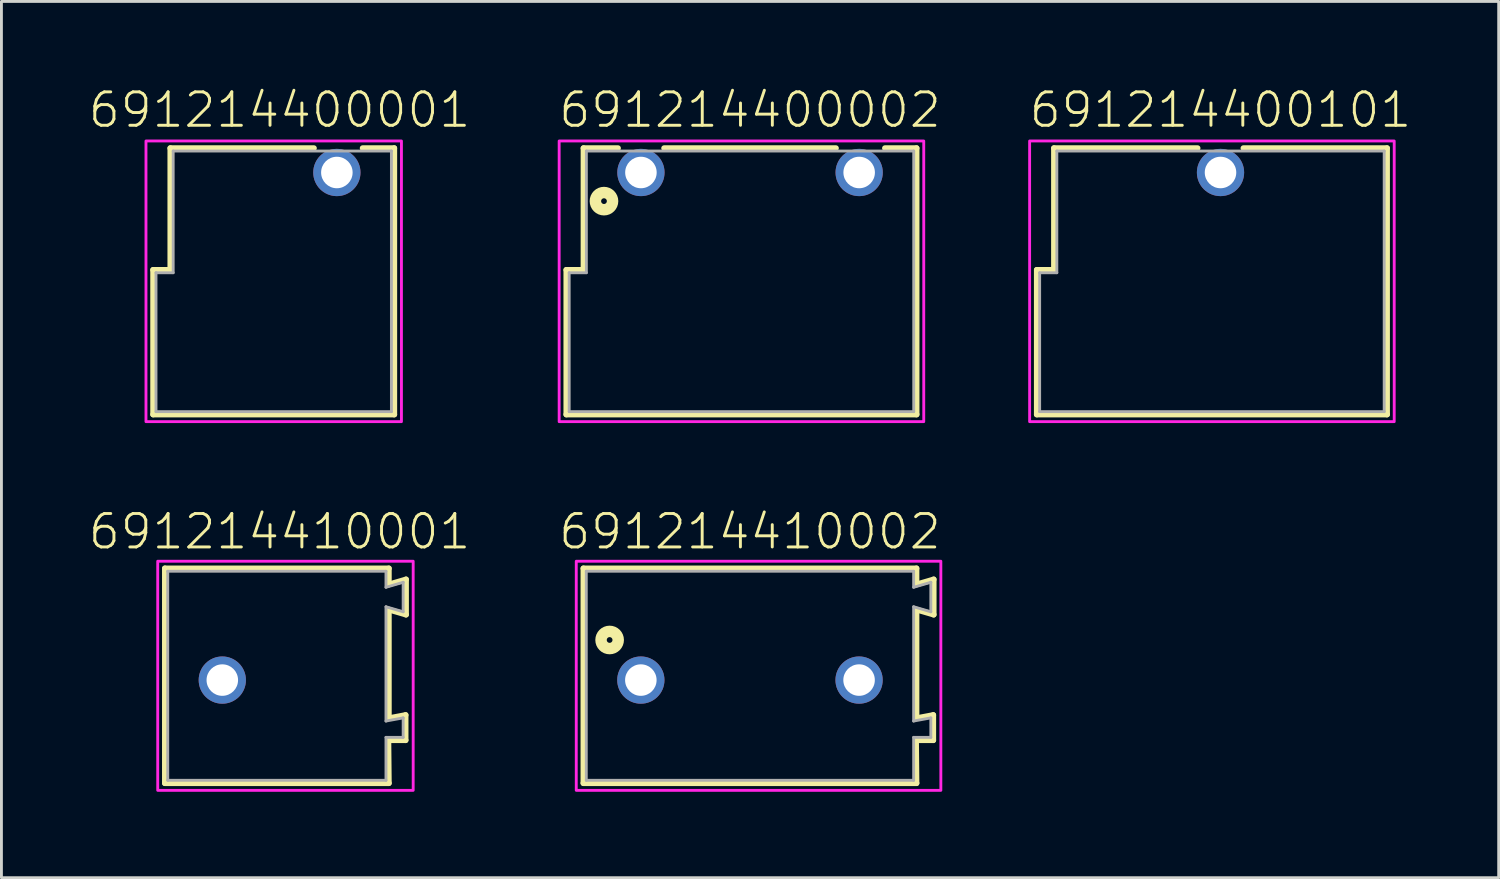
<source format=kicad_pcb>
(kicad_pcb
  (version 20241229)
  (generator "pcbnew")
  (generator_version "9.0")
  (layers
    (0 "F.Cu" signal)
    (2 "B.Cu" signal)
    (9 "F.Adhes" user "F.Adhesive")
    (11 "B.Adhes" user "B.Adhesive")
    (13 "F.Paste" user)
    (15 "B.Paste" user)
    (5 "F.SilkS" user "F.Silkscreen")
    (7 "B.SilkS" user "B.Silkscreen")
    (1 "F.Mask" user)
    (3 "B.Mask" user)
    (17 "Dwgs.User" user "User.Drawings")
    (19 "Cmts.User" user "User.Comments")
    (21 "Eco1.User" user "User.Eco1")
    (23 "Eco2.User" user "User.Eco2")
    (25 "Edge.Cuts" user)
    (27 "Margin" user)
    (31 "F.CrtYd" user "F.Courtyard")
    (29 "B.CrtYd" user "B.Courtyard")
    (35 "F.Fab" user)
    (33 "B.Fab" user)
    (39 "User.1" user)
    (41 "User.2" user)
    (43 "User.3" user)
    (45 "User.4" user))
  (footprint "691214410002"
    (layer "F.Cu")
    (at 23.136 20.696)
    (property "Reference" "691214410002" (at 0 -4.5 0) (unlocked yes) (layer "F.SilkS") (effects (font (size 1.168 1.168) (thickness 0.102)) (justify bottom)))
    (fp_line (start -5.815 -3.9) (end 5.815 -3.9) (stroke (width 0.2) (type solid)) (layer "F.SilkS"))
    (fp_line (start -5.815 3.6) (end -5.815 -3.9) (stroke (width 0.2) (type solid)) (layer "F.SilkS"))
    (fp_line (start 5.8 2.1) (end 5.815 3.6) (stroke (width 0.2) (type solid)) (layer "F.SilkS"))
    (fp_line (start 5.815 -3.9) (end 5.815 -3.34) (stroke (width 0.2) (type solid)) (layer "F.SilkS"))
    (fp_line (start 5.815 -3.34) (end 6.415 -3.515) (stroke (width 0.2) (type solid)) (layer "F.SilkS"))
    (fp_line (start 5.815 -2.46) (end 5.815 1.33) (stroke (width 0.2) (type solid)) (layer "F.SilkS"))
    (fp_line (start 5.815 1.33) (end 6.4 1.22) (stroke (width 0.2) (type solid)) (layer "F.SilkS"))
    (fp_line (start 5.815 3.6) (end -5.815 3.6) (stroke (width 0.2) (type solid)) (layer "F.SilkS"))
    (fp_line (start 6.4 1.22) (end 6.4 2.1) (stroke (width 0.2) (type solid)) (layer "F.SilkS"))
    (fp_line (start 6.4 2.1) (end 5.8 2.1) (stroke (width 0.2) (type solid)) (layer "F.SilkS"))
    (fp_line (start 6.415 -3.515) (end 6.415 -2.285) (stroke (width 0.2) (type solid)) (layer "F.SilkS"))
    (fp_line (start 6.415 -2.285) (end 5.815 -2.46) (stroke (width 0.2) (type solid)) (layer "F.SilkS"))
    (fp_circle (center -4.9 -1.4) (end -4.8 -1.4) (stroke (width 0.4) (type solid)) (fill no) (layer "F.SilkS"))
    (fp_poly (pts (xy 6.665 3.85) (xy -6.065 3.85) (xy -6.065 -4.15) (xy 6.665 -4.15)) (stroke (width 0.1) (type default)) (fill no) (layer "F.CrtYd"))
    (fp_line (start -5.715 -3.8) (end -5.715 3.5) (stroke (width 0.1) (type solid)) (layer "F.Fab"))
    (fp_line (start -5.715 3.5) (end 5.715 3.5) (stroke (width 0.1) (type solid)) (layer "F.Fab"))
    (fp_line (start 5.715 -3.8) (end -5.715 -3.8) (stroke (width 0.1) (type solid)) (layer "F.Fab"))
    (fp_line (start 5.715 -3.8) (end 5.715 -3.24) (stroke (width 0.1) (type solid)) (layer "F.Fab"))
    (fp_line (start 5.715 -3.24) (end 6.315 -3.415) (stroke (width 0.1) (type solid)) (layer "F.Fab"))
    (fp_line (start 5.715 -2.56) (end 5.715 1.43) (stroke (width 0.1) (type solid)) (layer "F.Fab"))
    (fp_line (start 5.715 -2.56) (end 6.315 -2.385) (stroke (width 0.1) (type solid)) (layer "F.Fab"))
    (fp_line (start 5.715 1.43) (end 6.315 1.32) (stroke (width 0.1) (type solid)) (layer "F.Fab"))
    (fp_line (start 5.715 2) (end 5.715 3.5) (stroke (width 0.1) (type solid)) (layer "F.Fab"))
    (fp_line (start 5.715 2) (end 6.315 2) (stroke (width 0.1) (type solid)) (layer "F.Fab"))
    (fp_line (start 6.315 -2.385) (end 6.315 -3.415) (stroke (width 0.1) (type solid)) (layer "F.Fab"))
    (fp_line (start 6.315 2) (end 6.315 1.32) (stroke (width 0.1) (type solid)) (layer "F.Fab"))
    (pad "1" thru_hole circle (at -3.81 0) (size 1.65 1.65) (drill 1.1) (layers "*.Cu" "*.Mask"))
    (pad "2" thru_hole circle (at 3.81 0) (size 1.65 1.65) (drill 1.1) (layers "*.Cu" "*.Mask")))
  (footprint "691214400002"
    (layer "F.Cu")
    (at 23.139 2.973)
    (property "Reference" "691214400002" (at 0 -1.5 0) (unlocked yes) (layer "F.SilkS") (effects (font (size 1.168 1.168) (thickness 0.102)) (justify bottom)))
    (fp_line (start -6.415 3.4) (end -5.815 3.4) (stroke (width 0.2) (type solid)) (layer "F.SilkS"))
    (fp_line (start -6.415 8.45) (end -6.415 3.4) (stroke (width 0.2) (type solid)) (layer "F.SilkS"))
    (fp_line (start -5.815 -0.85) (end -4.61 -0.85) (stroke (width 0.2) (type solid)) (layer "F.SilkS"))
    (fp_line (start -5.815 3.4) (end -5.815 -0.85) (stroke (width 0.2) (type solid)) (layer "F.SilkS"))
    (fp_line (start -3 -0.85) (end 3 -0.85) (stroke (width 0.2) (type solid)) (layer "F.SilkS"))
    (fp_line (start 4.71 -0.85) (end 5.815 -0.85) (stroke (width 0.2) (type solid)) (layer "F.SilkS"))
    (fp_line (start 5.815 -0.85) (end 5.815 8.45) (stroke (width 0.2) (type solid)) (layer "F.SilkS"))
    (fp_line (start 5.815 8.45) (end -6.415 8.45) (stroke (width 0.2) (type solid)) (layer "F.SilkS"))
    (fp_circle (center -5.1 1) (end -5 1) (stroke (width 0.4) (type solid)) (fill no) (layer "F.SilkS"))
    (fp_poly (pts (xy 6.065 8.7) (xy -6.665 8.7) (xy -6.665 -1.1) (xy 6.065 -1.1)) (stroke (width 0.1) (type default)) (fill no) (layer "F.CrtYd"))
    (fp_line (start -6.315 3.5) (end -6.315 8.35) (stroke (width 0.1) (type solid)) (layer "F.Fab"))
    (fp_line (start -6.315 3.5) (end -5.715 3.5) (stroke (width 0.1) (type solid)) (layer "F.Fab"))
    (fp_line (start -6.315 8.35) (end 5.715 8.35) (stroke (width 0.1) (type solid)) (layer "F.Fab"))
    (fp_line (start -5.715 -0.75) (end -5.715 3.5) (stroke (width 0.1) (type solid)) (layer "F.Fab"))
    (fp_line (start 5.715 -0.75) (end -5.715 -0.75) (stroke (width 0.1) (type solid)) (layer "F.Fab"))
    (fp_line (start 5.715 8.35) (end 5.715 -0.75) (stroke (width 0.1) (type solid)) (layer "F.Fab"))
    (pad "1" thru_hole circle (at -3.81 0) (size 1.65 1.65) (drill 1.1) (layers "*.Cu" "*.Mask"))
    (pad "2" thru_hole circle (at 3.81 0) (size 1.65 1.65) (drill 1.1) (layers "*.Cu" "*.Mask")))
  (footprint "691214400101"
    (layer "F.Cu")
    (at 39.566 2.973)
    (property "Reference" "691214400101" (at 0 -1.5 0) (unlocked yes) (layer "F.SilkS") (effects (font (size 1.168 1.168) (thickness 0.102)) (justify bottom)))
    (fp_line (start -6.415 3.4) (end -5.815 3.4) (stroke (width 0.2) (type solid)) (layer "F.SilkS"))
    (fp_line (start -6.415 8.45) (end -6.415 3.4) (stroke (width 0.2) (type solid)) (layer "F.SilkS"))
    (fp_line (start -5.815 -0.85) (end -0.8 -0.85) (stroke (width 0.2) (type solid)) (layer "F.SilkS"))
    (fp_line (start -5.815 3.4) (end -5.815 -0.85) (stroke (width 0.2) (type solid)) (layer "F.SilkS"))
    (fp_line (start 0.8 -0.85) (end 5.815 -0.85) (stroke (width 0.2) (type solid)) (layer "F.SilkS"))
    (fp_line (start 5.815 -0.85) (end 5.815 8.45) (stroke (width 0.2) (type solid)) (layer "F.SilkS"))
    (fp_line (start 5.815 8.45) (end -6.415 8.45) (stroke (width 0.2) (type solid)) (layer "F.SilkS"))
    (fp_poly (pts (xy 6.065 8.7) (xy -6.665 8.7) (xy -6.665 -1.1) (xy 6.065 -1.1)) (stroke (width 0.1) (type default)) (fill no) (layer "F.CrtYd"))
    (fp_line (start -6.315 3.5) (end -6.315 8.35) (stroke (width 0.1) (type solid)) (layer "F.Fab"))
    (fp_line (start -6.315 3.5) (end -5.715 3.5) (stroke (width 0.1) (type solid)) (layer "F.Fab"))
    (fp_line (start -6.315 8.35) (end 5.715 8.35) (stroke (width 0.1) (type solid)) (layer "F.Fab"))
    (fp_line (start -5.715 -0.75) (end -5.715 3.5) (stroke (width 0.1) (type solid)) (layer "F.Fab"))
    (fp_line (start 5.715 -0.75) (end -5.715 -0.75) (stroke (width 0.1) (type solid)) (layer "F.Fab"))
    (fp_line (start 5.715 8.35) (end 5.715 -0.75) (stroke (width 0.1) (type solid)) (layer "F.Fab"))
    (pad "1" thru_hole circle (at 0 0) (size 1.65 1.65) (drill 1.1) (layers "*.Cu" "*.Mask")))
  (footprint "691214410001"
    (layer "F.Cu")
    (at 4.712 20.696)
    (property "Reference" "691214410001" (at 2 -4.5 0) (unlocked yes) (layer "F.SilkS") (effects (font (size 1.168 1.168) (thickness 0.102)) (justify bottom)))
    (fp_line (start -2.005 -3.9) (end 5.815 -3.9) (stroke (width 0.2) (type solid)) (layer "F.SilkS"))
    (fp_line (start -2.005 3.6) (end -2.005 -3.9) (stroke (width 0.2) (type solid)) (layer "F.SilkS"))
    (fp_line (start 5.8 2.1) (end 5.815 3.6) (stroke (width 0.2) (type solid)) (layer "F.SilkS"))
    (fp_line (start 5.815 -3.9) (end 5.815 -3.34) (stroke (width 0.2) (type solid)) (layer "F.SilkS"))
    (fp_line (start 5.815 -3.34) (end 6.415 -3.515) (stroke (width 0.2) (type solid)) (layer "F.SilkS"))
    (fp_line (start 5.815 -2.46) (end 5.815 1.33) (stroke (width 0.2) (type solid)) (layer "F.SilkS"))
    (fp_line (start 5.815 1.33) (end 6.4 1.22) (stroke (width 0.2) (type solid)) (layer "F.SilkS"))
    (fp_line (start 5.815 3.6) (end -2.005 3.6) (stroke (width 0.2) (type solid)) (layer "F.SilkS"))
    (fp_line (start 6.4 1.22) (end 6.4 2.1) (stroke (width 0.2) (type solid)) (layer "F.SilkS"))
    (fp_line (start 6.4 2.1) (end 5.8 2.1) (stroke (width 0.2) (type solid)) (layer "F.SilkS"))
    (fp_line (start 6.415 -3.515) (end 6.415 -2.285) (stroke (width 0.2) (type solid)) (layer "F.SilkS"))
    (fp_line (start 6.415 -2.285) (end 5.815 -2.46) (stroke (width 0.2) (type solid)) (layer "F.SilkS"))
    (fp_poly (pts (xy 6.665 3.85) (xy -2.255 3.85) (xy -2.255 -4.15) (xy 6.665 -4.15)) (stroke (width 0.1) (type default)) (fill no) (layer "F.CrtYd"))
    (fp_line (start -1.905 -3.8) (end -1.905 3.5) (stroke (width 0.1) (type solid)) (layer "F.Fab"))
    (fp_line (start -1.905 3.5) (end 5.715 3.5) (stroke (width 0.1) (type solid)) (layer "F.Fab"))
    (fp_line (start 5.715 -3.8) (end -1.905 -3.8) (stroke (width 0.1) (type solid)) (layer "F.Fab"))
    (fp_line (start 5.715 -3.8) (end 5.715 -3.24) (stroke (width 0.1) (type solid)) (layer "F.Fab"))
    (fp_line (start 5.715 -3.24) (end 6.315 -3.415) (stroke (width 0.1) (type solid)) (layer "F.Fab"))
    (fp_line (start 5.715 -2.56) (end 5.715 1.43) (stroke (width 0.1) (type solid)) (layer "F.Fab"))
    (fp_line (start 5.715 -2.56) (end 6.315 -2.385) (stroke (width 0.1) (type solid)) (layer "F.Fab"))
    (fp_line (start 5.715 1.43) (end 6.315 1.32) (stroke (width 0.1) (type solid)) (layer "F.Fab"))
    (fp_line (start 5.715 2) (end 5.715 3.5) (stroke (width 0.1) (type solid)) (layer "F.Fab"))
    (fp_line (start 5.715 2) (end 6.315 2) (stroke (width 0.1) (type solid)) (layer "F.Fab"))
    (fp_line (start 6.315 -2.385) (end 6.315 -3.415) (stroke (width 0.1) (type solid)) (layer "F.Fab"))
    (fp_line (start 6.315 2) (end 6.315 1.32) (stroke (width 0.1) (type solid)) (layer "F.Fab"))
    (pad "1" thru_hole circle (at 0 0) (size 1.65 1.65) (drill 1.1) (layers "*.Cu" "*.Mask")))
  (footprint "691214400001"
    (layer "F.Cu")
    (at 8.712 2.973)
    (property "Reference" "691214400001" (at -2 -1.5 0) (unlocked yes) (layer "F.SilkS") (effects (font (size 1.168 1.168) (thickness 0.102)) (justify bottom)))
    (fp_line (start -6.415 3.4) (end -5.815 3.4) (stroke (width 0.2) (type solid)) (layer "F.SilkS"))
    (fp_line (start -6.415 8.45) (end -6.415 3.4) (stroke (width 0.2) (type solid)) (layer "F.SilkS"))
    (fp_line (start -5.815 -0.85) (end -0.8 -0.85) (stroke (width 0.2) (type solid)) (layer "F.SilkS"))
    (fp_line (start -5.815 3.4) (end -5.815 -0.85) (stroke (width 0.2) (type solid)) (layer "F.SilkS"))
    (fp_line (start 0.9 -0.85) (end 2.005 -0.85) (stroke (width 0.2) (type solid)) (layer "F.SilkS"))
    (fp_line (start 2.005 -0.85) (end 2.005 8.45) (stroke (width 0.2) (type solid)) (layer "F.SilkS"))
    (fp_line (start 2.005 8.45) (end -6.415 8.45) (stroke (width 0.2) (type solid)) (layer "F.SilkS"))
    (fp_poly (pts (xy 2.255 8.7) (xy -6.665 8.7) (xy -6.665 -1.1) (xy 2.255 -1.1)) (stroke (width 0.1) (type default)) (fill no) (layer "F.CrtYd"))
    (fp_line (start -6.315 3.5) (end -6.315 8.35) (stroke (width 0.1) (type solid)) (layer "F.Fab"))
    (fp_line (start -6.315 3.5) (end -5.715 3.5) (stroke (width 0.1) (type solid)) (layer "F.Fab"))
    (fp_line (start -6.315 8.35) (end 1.905 8.35) (stroke (width 0.1) (type solid)) (layer "F.Fab"))
    (fp_line (start -5.715 -0.75) (end -5.715 3.5) (stroke (width 0.1) (type solid)) (layer "F.Fab"))
    (fp_line (start 1.905 -0.75) (end -5.715 -0.75) (stroke (width 0.1) (type solid)) (layer "F.Fab"))
    (fp_line (start 1.905 8.35) (end 1.905 -0.75) (stroke (width 0.1) (type solid)) (layer "F.Fab"))
    (pad "1" thru_hole circle (at 0 0) (size 1.65 1.65) (drill 1.1) (layers "*.Cu" "*.Mask")))
  (gr_rect
    (start -3 -3)
    (end 49.279 27.596)
    (stroke (width 0.1) (type default))
    (fill no)
    (layer "Edge.Cuts")))
</source>
